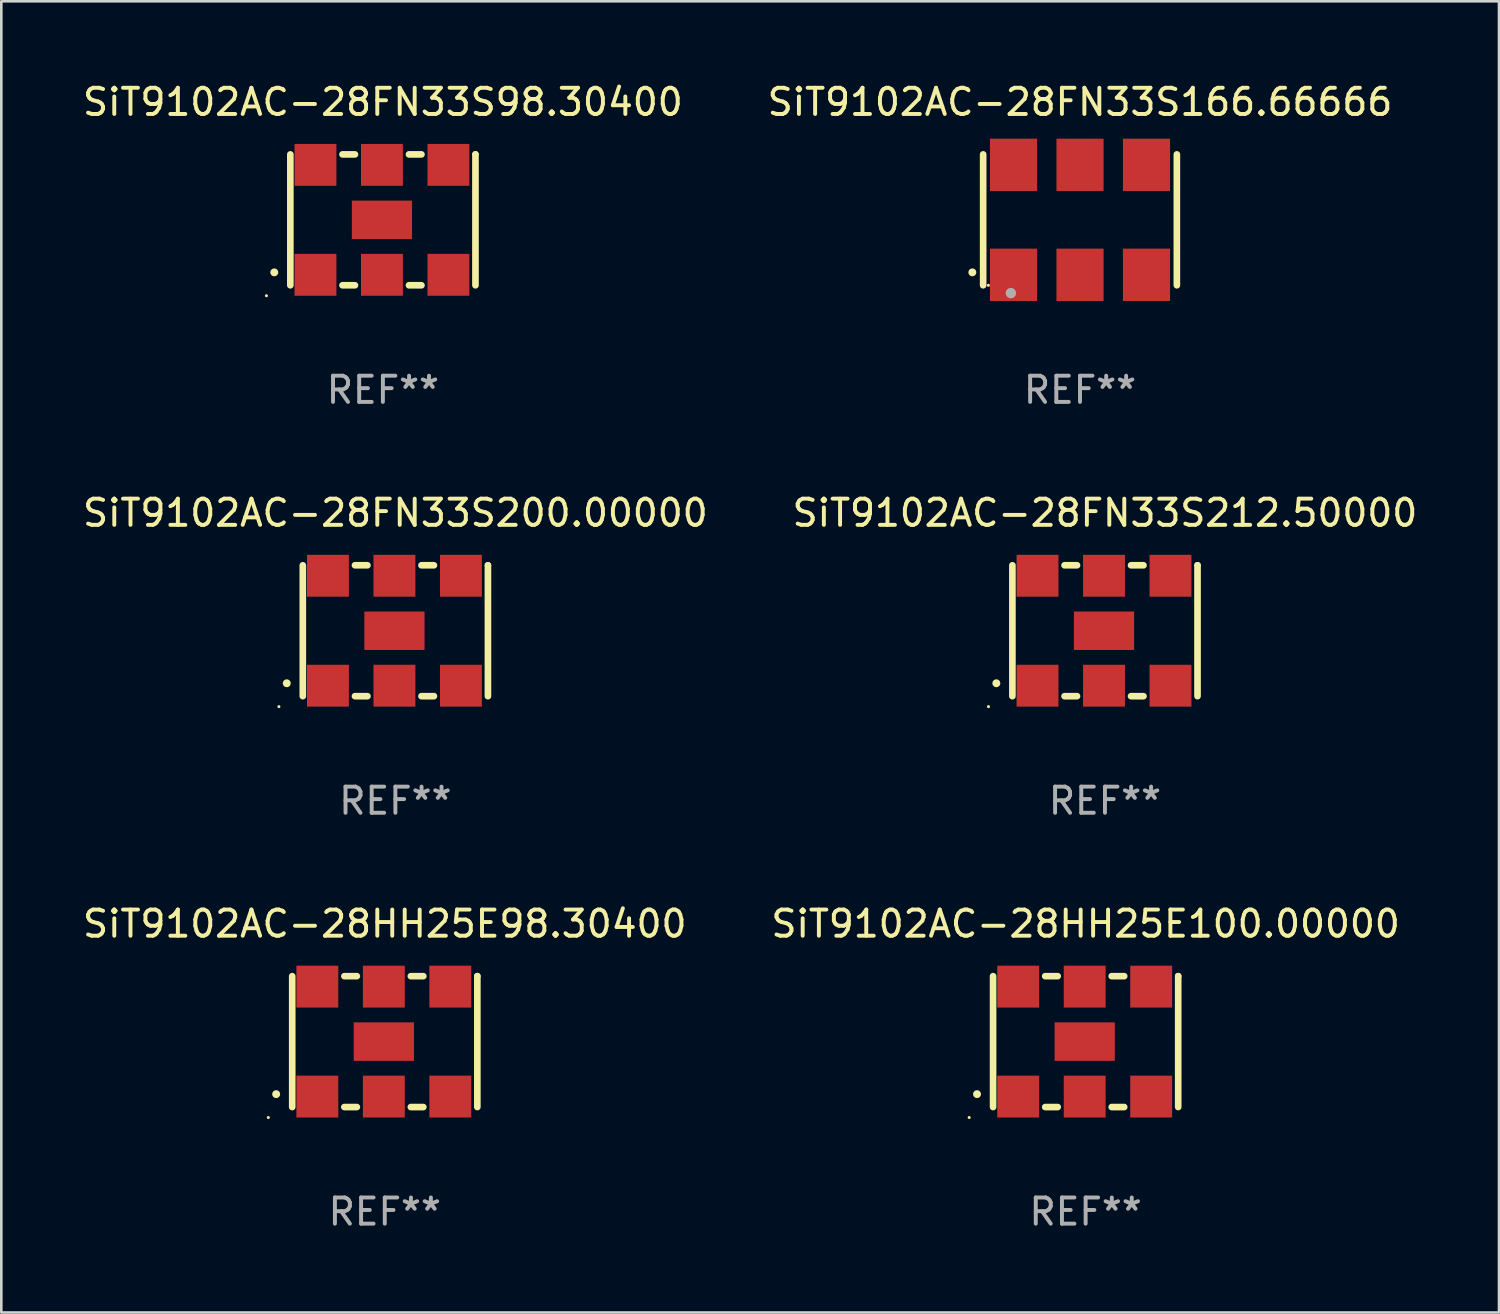
<source format=kicad_pcb>
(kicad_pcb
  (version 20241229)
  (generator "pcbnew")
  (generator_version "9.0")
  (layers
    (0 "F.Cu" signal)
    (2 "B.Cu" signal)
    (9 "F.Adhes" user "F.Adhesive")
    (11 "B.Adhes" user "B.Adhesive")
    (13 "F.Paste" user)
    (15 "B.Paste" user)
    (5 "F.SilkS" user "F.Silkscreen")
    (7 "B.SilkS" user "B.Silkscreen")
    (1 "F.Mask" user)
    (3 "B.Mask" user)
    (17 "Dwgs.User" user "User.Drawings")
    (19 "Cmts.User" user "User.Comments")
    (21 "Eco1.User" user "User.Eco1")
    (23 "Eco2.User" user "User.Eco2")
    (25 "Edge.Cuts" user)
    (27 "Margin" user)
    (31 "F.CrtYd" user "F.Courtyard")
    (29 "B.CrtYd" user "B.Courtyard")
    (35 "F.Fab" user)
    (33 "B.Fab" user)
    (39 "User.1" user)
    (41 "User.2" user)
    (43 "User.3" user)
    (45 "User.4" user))
  (footprint "SiT9102AC-28FN33S98.30400"
    (layer "F.Cu")
    (at 11.577 5.348)
    (property "Reference" "SiT9102AC-28FN33S98.30400" (at 0 -4.5 0) (layer "F.SilkS") (effects (font (size 1 1) (thickness 0.15))))
    (attr through_hole)
    (fp_line (start -3.536 -2.5) (end -3.536 2.5) (stroke (width 0.254) (type solid)) (layer "F.SilkS"))
    (fp_line (start -1.544 2.5) (end -1.067 2.5) (stroke (width 0.254) (type solid)) (layer "F.SilkS"))
    (fp_line (start -1.067 -2.5) (end -1.544 -2.5) (stroke (width 0.254) (type solid)) (layer "F.SilkS"))
    (fp_line (start 0.996 2.5) (end 1.473 2.5) (stroke (width 0.254) (type solid)) (layer "F.SilkS"))
    (fp_line (start 1.473 -2.5) (end 0.996 -2.5) (stroke (width 0.254) (type solid)) (layer "F.SilkS"))
    (fp_line (start 3.536 -2.5) (end 3.536 -2.5) (stroke (width 0.254) (type solid)) (layer "F.SilkS"))
    (fp_line (start 3.536 2.5) (end 3.536 -2.5) (stroke (width 0.254) (type solid)) (layer "F.SilkS"))
    (fp_arc (start -4.150432 2.006604) (mid -4.149162 2.006599) (end -4.147892 2.006604) (stroke (width 0.3) (type solid)) (layer "F.SilkS"))
    (fp_circle (center -4.449 2.9) (end -4.419 2.9) (stroke (width 0.06) (type solid)) (fill no) (layer "F.SilkS"))
    (fp_text user "REF**" (at 0 6.5 0) (layer "F.Fab") (effects (font (size 1 1) (thickness 0.15))))
    (pad "1" smd rect (at -2.576 2.1) (size 1.6 1.6) (layers "F.Cu" "F.Mask" "F.Paste"))
    (pad "2" smd rect (at -0.036 2.1) (size 1.6 1.6) (layers "F.Cu" "F.Mask" "F.Paste"))
    (pad "3" smd rect (at 2.504 2.1) (size 1.6 1.6) (layers "F.Cu" "F.Mask" "F.Paste"))
    (pad "4" smd rect (at 2.504 -2.1) (size 1.6 1.6) (layers "F.Cu" "F.Mask" "F.Paste"))
    (pad "5" smd rect (at -0.036 -2.1) (size 1.6 1.6) (layers "F.Cu" "F.Mask" "F.Paste"))
    (pad "6" smd rect (at -2.576 -2.1) (size 1.6 1.6) (layers "F.Cu" "F.Mask" "F.Paste"))
    (pad "7" smd rect (at -0.036 0) (size 2.3 1.47) (layers "F.Cu" "F.Mask" "F.Paste")))
  (footprint "SiT9102AC-28FN33S200.00000"
    (layer "F.Cu")
    (at 12.054 21.045)
    (property "Reference" "SiT9102AC-28FN33S200.00000" (at 0 -4.5 0) (layer "F.SilkS") (effects (font (size 1 1) (thickness 0.15))))
    (attr through_hole)
    (fp_line (start -3.536 -2.5) (end -3.536 2.5) (stroke (width 0.254) (type solid)) (layer "F.SilkS"))
    (fp_line (start -1.544 2.5) (end -1.067 2.5) (stroke (width 0.254) (type solid)) (layer "F.SilkS"))
    (fp_line (start -1.067 -2.5) (end -1.544 -2.5) (stroke (width 0.254) (type solid)) (layer "F.SilkS"))
    (fp_line (start 0.996 2.5) (end 1.473 2.5) (stroke (width 0.254) (type solid)) (layer "F.SilkS"))
    (fp_line (start 1.473 -2.5) (end 0.996 -2.5) (stroke (width 0.254) (type solid)) (layer "F.SilkS"))
    (fp_line (start 3.536 -2.5) (end 3.536 -2.5) (stroke (width 0.254) (type solid)) (layer "F.SilkS"))
    (fp_line (start 3.536 2.5) (end 3.536 -2.5) (stroke (width 0.254) (type solid)) (layer "F.SilkS"))
    (fp_arc (start -4.150432 2.006604) (mid -4.149162 2.006599) (end -4.147892 2.006604) (stroke (width 0.3) (type solid)) (layer "F.SilkS"))
    (fp_circle (center -4.449 2.9) (end -4.419 2.9) (stroke (width 0.06) (type solid)) (fill no) (layer "F.SilkS"))
    (fp_text user "REF**" (at 0 6.5 0) (layer "F.Fab") (effects (font (size 1 1) (thickness 0.15))))
    (pad "1" smd rect (at -2.576 2.1) (size 1.6 1.6) (layers "F.Cu" "F.Mask" "F.Paste"))
    (pad "2" smd rect (at -0.036 2.1) (size 1.6 1.6) (layers "F.Cu" "F.Mask" "F.Paste"))
    (pad "3" smd rect (at 2.504 2.1) (size 1.6 1.6) (layers "F.Cu" "F.Mask" "F.Paste"))
    (pad "4" smd rect (at 2.504 -2.1) (size 1.6 1.6) (layers "F.Cu" "F.Mask" "F.Paste"))
    (pad "5" smd rect (at -0.036 -2.1) (size 1.6 1.6) (layers "F.Cu" "F.Mask" "F.Paste"))
    (pad "6" smd rect (at -2.576 -2.1) (size 1.6 1.6) (layers "F.Cu" "F.Mask" "F.Paste"))
    (pad "7" smd rect (at -0.036 0) (size 2.3 1.47) (layers "F.Cu" "F.Mask" "F.Paste")))
  (footprint "SiT9102AC-28HH25E98.30400"
    (layer "F.Cu")
    (at 11.649 36.741)
    (property "Reference" "SiT9102AC-28HH25E98.30400" (at 0 -4.5 0) (layer "F.SilkS") (effects (font (size 1 1) (thickness 0.15))))
    (attr through_hole)
    (fp_line (start -3.536 -2.5) (end -3.536 2.5) (stroke (width 0.254) (type solid)) (layer "F.SilkS"))
    (fp_line (start -1.544 2.5) (end -1.067 2.5) (stroke (width 0.254) (type solid)) (layer "F.SilkS"))
    (fp_line (start -1.067 -2.5) (end -1.544 -2.5) (stroke (width 0.254) (type solid)) (layer "F.SilkS"))
    (fp_line (start 0.996 2.5) (end 1.473 2.5) (stroke (width 0.254) (type solid)) (layer "F.SilkS"))
    (fp_line (start 1.473 -2.5) (end 0.996 -2.5) (stroke (width 0.254) (type solid)) (layer "F.SilkS"))
    (fp_line (start 3.536 -2.5) (end 3.536 -2.5) (stroke (width 0.254) (type solid)) (layer "F.SilkS"))
    (fp_line (start 3.536 2.5) (end 3.536 -2.5) (stroke (width 0.254) (type solid)) (layer "F.SilkS"))
    (fp_arc (start -4.150432 2.006604) (mid -4.149162 2.006599) (end -4.147892 2.006604) (stroke (width 0.3) (type solid)) (layer "F.SilkS"))
    (fp_circle (center -4.449 2.9) (end -4.419 2.9) (stroke (width 0.06) (type solid)) (fill no) (layer "F.SilkS"))
    (fp_text user "REF**" (at 0 6.5 0) (layer "F.Fab") (effects (font (size 1 1) (thickness 0.15))))
    (pad "1" smd rect (at -2.576 2.1) (size 1.6 1.6) (layers "F.Cu" "F.Mask" "F.Paste"))
    (pad "2" smd rect (at -0.036 2.1) (size 1.6 1.6) (layers "F.Cu" "F.Mask" "F.Paste"))
    (pad "3" smd rect (at 2.504 2.1) (size 1.6 1.6) (layers "F.Cu" "F.Mask" "F.Paste"))
    (pad "4" smd rect (at 2.504 -2.1) (size 1.6 1.6) (layers "F.Cu" "F.Mask" "F.Paste"))
    (pad "5" smd rect (at -0.036 -2.1) (size 1.6 1.6) (layers "F.Cu" "F.Mask" "F.Paste"))
    (pad "6" smd rect (at -2.576 -2.1) (size 1.6 1.6) (layers "F.Cu" "F.Mask" "F.Paste"))
    (pad "7" smd rect (at -0.036 0) (size 2.3 1.47) (layers "F.Cu" "F.Mask" "F.Paste")))
  (footprint "SiT9102AC-28FN33S166.66666"
    (layer "F.Cu")
    (at 38.208 5.348)
    (property "Reference" "SiT9102AC-28FN33S166.66666" (at 0 -4.5 0) (layer "F.SilkS") (effects (font (size 1 1) (thickness 0.15))))
    (attr through_hole)
    (fp_line (start -3.7 -2.5) (end -3.7 2.5) (stroke (width 0.254) (type solid)) (layer "F.SilkS"))
    (fp_line (start 3.7 -2.5) (end 3.7 2.5) (stroke (width 0.254) (type solid)) (layer "F.SilkS"))
    (fp_arc (start -4.114415 2.006604) (mid -4.113145 2.006599) (end -4.111875 2.006604) (stroke (width 0.3) (type solid)) (layer "F.SilkS"))
    (fp_circle (center -3.5 2.501) (end -3.47 2.501) (stroke (width 0.06) (type solid)) (fill no) (layer "F.SilkS"))
    (fp_circle (center -2.641 2.799) (end -2.541 2.799) (stroke (width 0.2) (type solid)) (fill no) (layer "F.Fab"))
    (fp_text user "REF**" (at 0 6.5 0) (layer "F.Fab") (effects (font (size 1 1) (thickness 0.15))))
    (pad "1" smd rect (at -2.54 2.1) (size 1.8 2) (layers "F.Cu" "F.Mask" "F.Paste"))
    (pad "2" smd rect (at 0.000394 2.1) (size 1.8 2) (layers "F.Cu" "F.Mask" "F.Paste"))
    (pad "3" smd rect (at 2.54 2.1) (size 1.8 2) (layers "F.Cu" "F.Mask" "F.Paste"))
    (pad "4" smd rect (at 2.54 -2.1) (size 1.8 2) (layers "F.Cu" "F.Mask" "F.Paste"))
    (pad "5" smd rect (at 0.000394 -2.1) (size 1.8 2) (layers "F.Cu" "F.Mask" "F.Paste"))
    (pad "6" smd rect (at -2.54 -2.1) (size 1.8 2) (layers "F.Cu" "F.Mask" "F.Paste")))
  (footprint "SiT9102AC-28HH25E100.00000"
    (layer "F.Cu")
    (at 38.423 36.741)
    (property "Reference" "SiT9102AC-28HH25E100.00000" (at 0 -4.5 0) (layer "F.SilkS") (effects (font (size 1 1) (thickness 0.15))))
    (attr through_hole)
    (fp_line (start -3.536 -2.5) (end -3.536 2.5) (stroke (width 0.254) (type solid)) (layer "F.SilkS"))
    (fp_line (start -1.544 2.5) (end -1.067 2.5) (stroke (width 0.254) (type solid)) (layer "F.SilkS"))
    (fp_line (start -1.067 -2.5) (end -1.544 -2.5) (stroke (width 0.254) (type solid)) (layer "F.SilkS"))
    (fp_line (start 0.996 2.5) (end 1.473 2.5) (stroke (width 0.254) (type solid)) (layer "F.SilkS"))
    (fp_line (start 1.473 -2.5) (end 0.996 -2.5) (stroke (width 0.254) (type solid)) (layer "F.SilkS"))
    (fp_line (start 3.536 -2.5) (end 3.536 -2.5) (stroke (width 0.254) (type solid)) (layer "F.SilkS"))
    (fp_line (start 3.536 2.5) (end 3.536 -2.5) (stroke (width 0.254) (type solid)) (layer "F.SilkS"))
    (fp_arc (start -4.150432 2.006604) (mid -4.149162 2.006599) (end -4.147892 2.006604) (stroke (width 0.3) (type solid)) (layer "F.SilkS"))
    (fp_circle (center -4.449 2.9) (end -4.419 2.9) (stroke (width 0.06) (type solid)) (fill no) (layer "F.SilkS"))
    (fp_text user "REF**" (at 0 6.5 0) (layer "F.Fab") (effects (font (size 1 1) (thickness 0.15))))
    (pad "1" smd rect (at -2.576 2.1) (size 1.6 1.6) (layers "F.Cu" "F.Mask" "F.Paste"))
    (pad "2" smd rect (at -0.036 2.1) (size 1.6 1.6) (layers "F.Cu" "F.Mask" "F.Paste"))
    (pad "3" smd rect (at 2.504 2.1) (size 1.6 1.6) (layers "F.Cu" "F.Mask" "F.Paste"))
    (pad "4" smd rect (at 2.504 -2.1) (size 1.6 1.6) (layers "F.Cu" "F.Mask" "F.Paste"))
    (pad "5" smd rect (at -0.036 -2.1) (size 1.6 1.6) (layers "F.Cu" "F.Mask" "F.Paste"))
    (pad "6" smd rect (at -2.576 -2.1) (size 1.6 1.6) (layers "F.Cu" "F.Mask" "F.Paste"))
    (pad "7" smd rect (at -0.036 0) (size 2.3 1.47) (layers "F.Cu" "F.Mask" "F.Paste")))
  (footprint "SiT9102AC-28FN33S212.50000"
    (layer "F.Cu")
    (at 39.161 21.045)
    (property "Reference" "SiT9102AC-28FN33S212.50000" (at 0 -4.5 0) (layer "F.SilkS") (effects (font (size 1 1) (thickness 0.15))))
    (attr through_hole)
    (fp_line (start -3.536 -2.5) (end -3.536 2.5) (stroke (width 0.254) (type solid)) (layer "F.SilkS"))
    (fp_line (start -1.544 2.5) (end -1.067 2.5) (stroke (width 0.254) (type solid)) (layer "F.SilkS"))
    (fp_line (start -1.067 -2.5) (end -1.544 -2.5) (stroke (width 0.254) (type solid)) (layer "F.SilkS"))
    (fp_line (start 0.996 2.5) (end 1.473 2.5) (stroke (width 0.254) (type solid)) (layer "F.SilkS"))
    (fp_line (start 1.473 -2.5) (end 0.996 -2.5) (stroke (width 0.254) (type solid)) (layer "F.SilkS"))
    (fp_line (start 3.536 -2.5) (end 3.536 -2.5) (stroke (width 0.254) (type solid)) (layer "F.SilkS"))
    (fp_line (start 3.536 2.5) (end 3.536 -2.5) (stroke (width 0.254) (type solid)) (layer "F.SilkS"))
    (fp_arc (start -4.150432 2.006604) (mid -4.149162 2.006599) (end -4.147892 2.006604) (stroke (width 0.3) (type solid)) (layer "F.SilkS"))
    (fp_circle (center -4.449 2.9) (end -4.419 2.9) (stroke (width 0.06) (type solid)) (fill no) (layer "F.SilkS"))
    (fp_text user "REF**" (at 0 6.5 0) (layer "F.Fab") (effects (font (size 1 1) (thickness 0.15))))
    (pad "1" smd rect (at -2.576 2.1) (size 1.6 1.6) (layers "F.Cu" "F.Mask" "F.Paste"))
    (pad "2" smd rect (at -0.036 2.1) (size 1.6 1.6) (layers "F.Cu" "F.Mask" "F.Paste"))
    (pad "3" smd rect (at 2.504 2.1) (size 1.6 1.6) (layers "F.Cu" "F.Mask" "F.Paste"))
    (pad "4" smd rect (at 2.504 -2.1) (size 1.6 1.6) (layers "F.Cu" "F.Mask" "F.Paste"))
    (pad "5" smd rect (at -0.036 -2.1) (size 1.6 1.6) (layers "F.Cu" "F.Mask" "F.Paste"))
    (pad "6" smd rect (at -2.576 -2.1) (size 1.6 1.6) (layers "F.Cu" "F.Mask" "F.Paste"))
    (pad "7" smd rect (at -0.036 0) (size 2.3 1.47) (layers "F.Cu" "F.Mask" "F.Paste")))
  (gr_rect
    (start -3 -3)
    (end 54.214 47.09)
    (stroke (width 0.1) (type default))
    (fill no)
    (layer "Edge.Cuts")))
</source>
